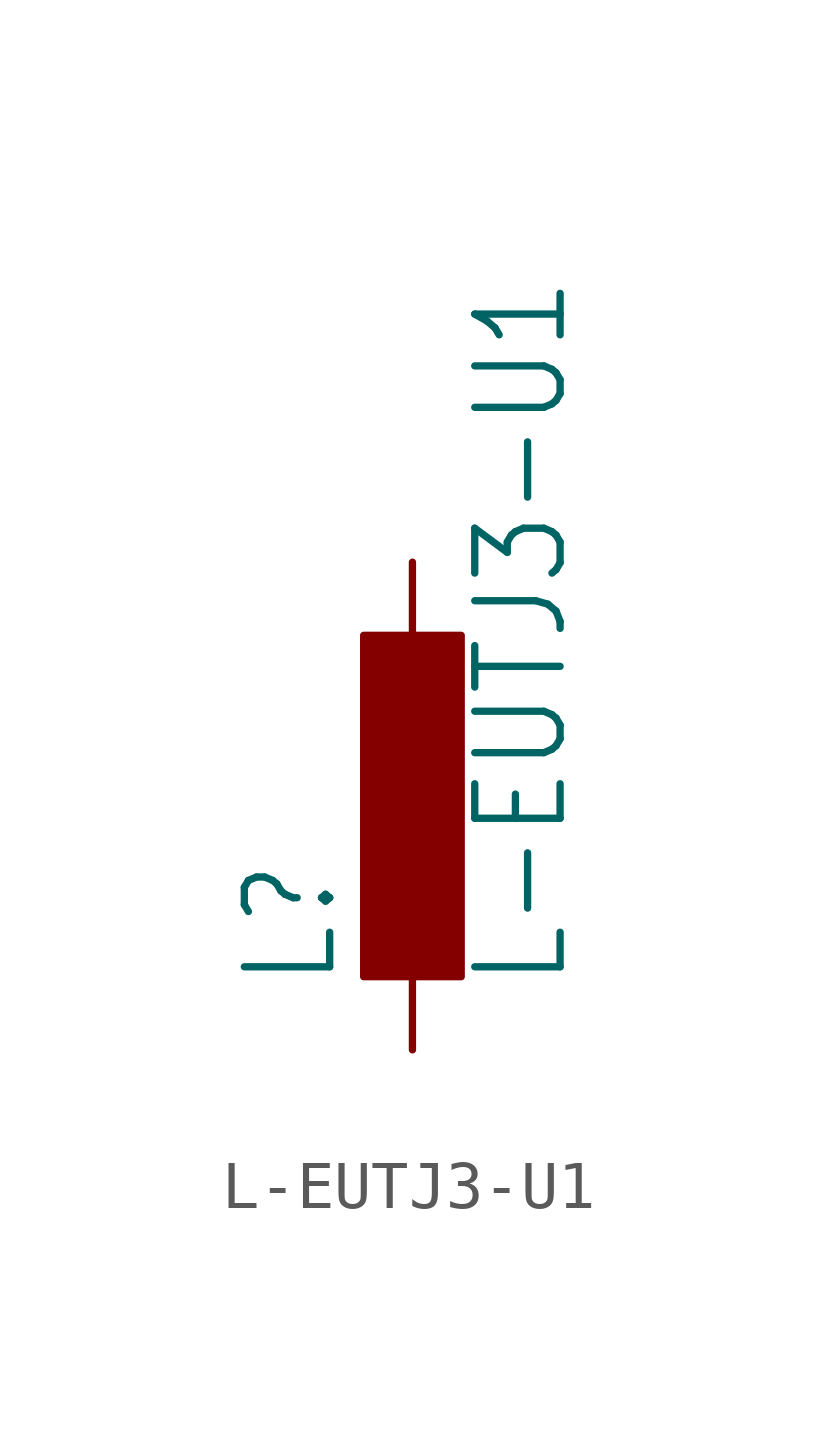
<source format=kicad_sym>
(kicad_symbol_lib
  (version 20211014)
  (generator kicad_symbol_editor)
  (symbol "L-EUTJ3-U1"
    (property "Reference" "L"
      (at -1.499 -3.81 90)
      (effects (font (size 1.778 1.511)) (justify left bottom)))
    (property "Value" "L-EUTJ3-U1"
      (at 3.302 -3.81 90)
      (effects (font (size 1.778 1.511)) (justify left bottom)))
    (property "ki_locked" ""
      (at 0 0 0)
      (effects (font (size 1.27 1.27))))
    (symbol "L-EUTJ3-U1_1_0"
      (rectangle (start -1.016 -3.556) (end 1.016 3.556) (stroke (width 0) (type default) (color 0 0 0 0)) (fill (type outline)))
      (pin passive line (at 0 5.08 270) (length 2.54) (name "1" (effects (font (size 0 0)))) (number "1" (effects (font (size 0 0)))))
      (pin passive line (at 0 -5.08 90) (length 2.54) (name "2" (effects (font (size 0 0)))) (number "2" (effects (font (size 0 0))))))))
</source>
